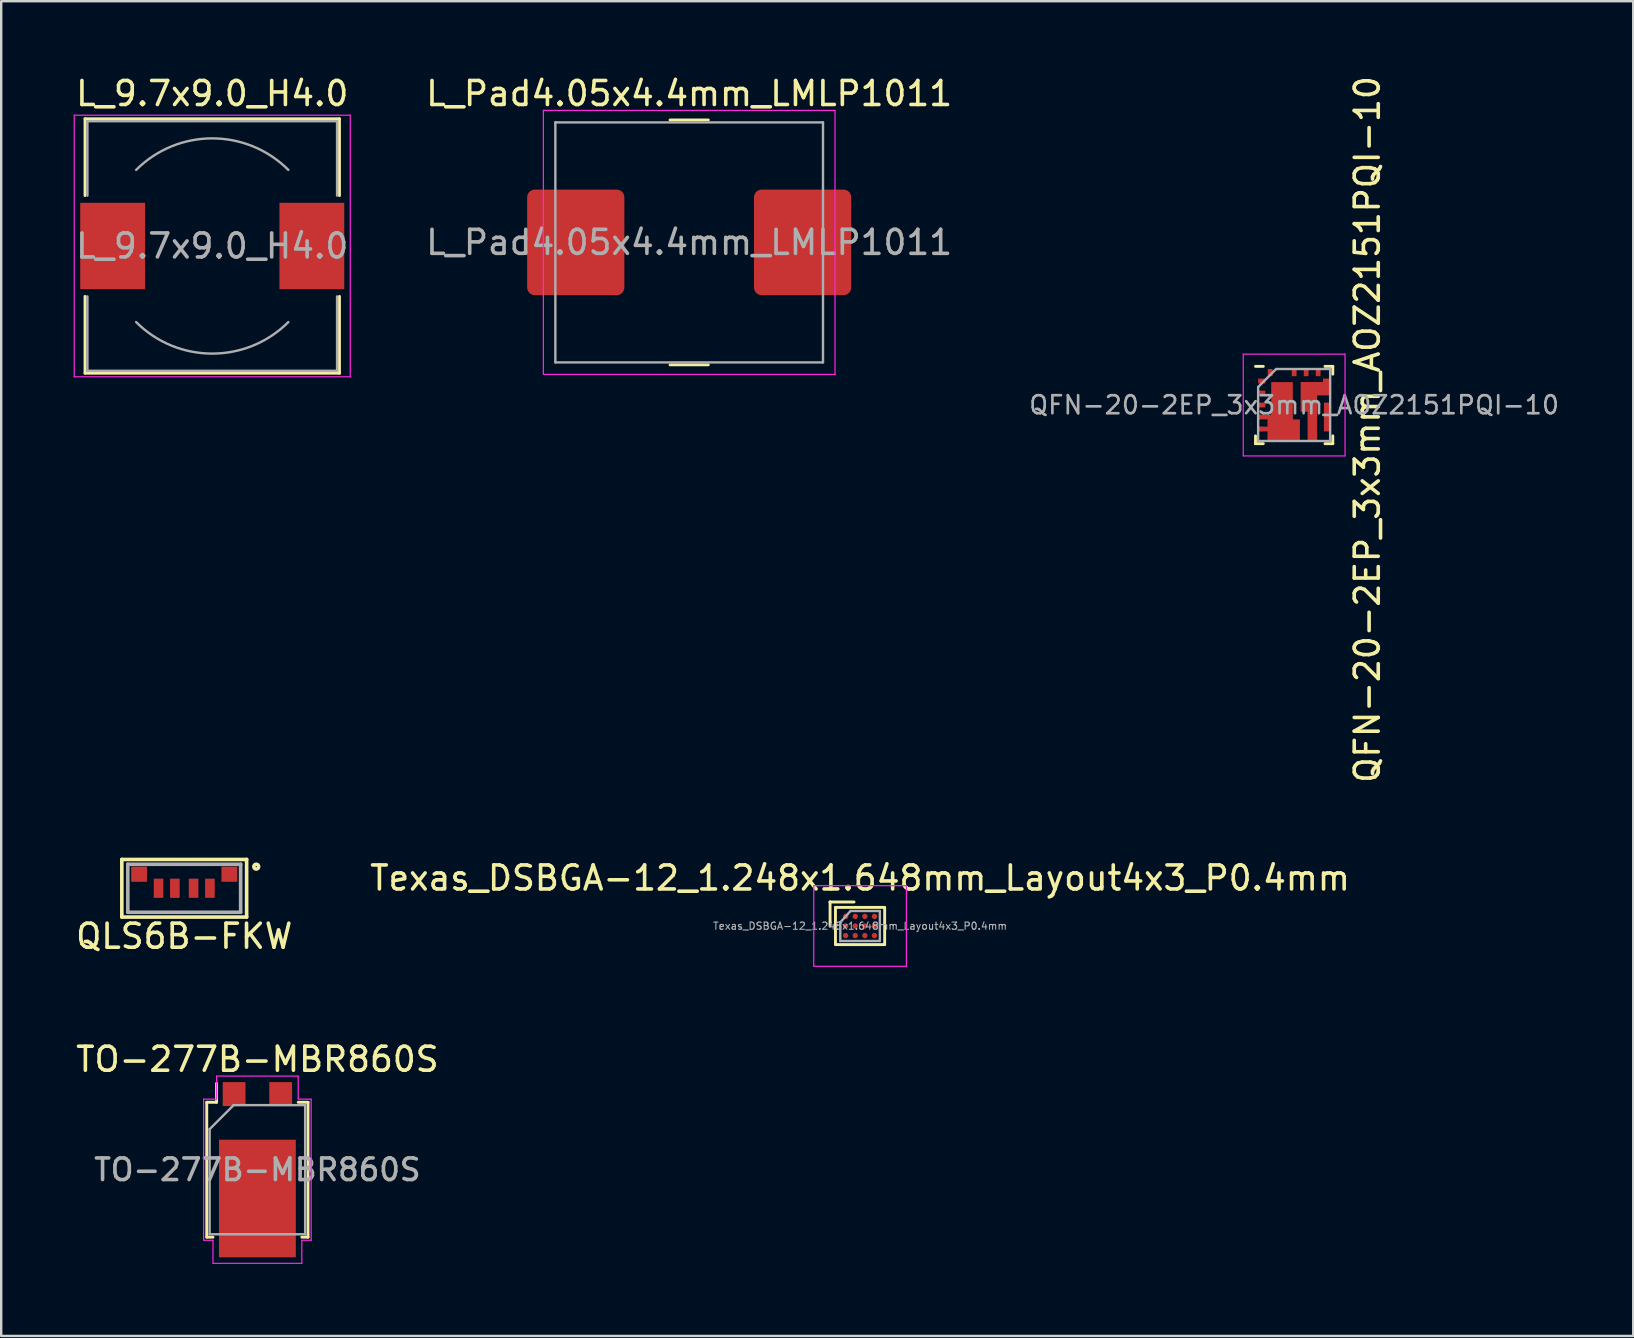
<source format=kicad_pcb>
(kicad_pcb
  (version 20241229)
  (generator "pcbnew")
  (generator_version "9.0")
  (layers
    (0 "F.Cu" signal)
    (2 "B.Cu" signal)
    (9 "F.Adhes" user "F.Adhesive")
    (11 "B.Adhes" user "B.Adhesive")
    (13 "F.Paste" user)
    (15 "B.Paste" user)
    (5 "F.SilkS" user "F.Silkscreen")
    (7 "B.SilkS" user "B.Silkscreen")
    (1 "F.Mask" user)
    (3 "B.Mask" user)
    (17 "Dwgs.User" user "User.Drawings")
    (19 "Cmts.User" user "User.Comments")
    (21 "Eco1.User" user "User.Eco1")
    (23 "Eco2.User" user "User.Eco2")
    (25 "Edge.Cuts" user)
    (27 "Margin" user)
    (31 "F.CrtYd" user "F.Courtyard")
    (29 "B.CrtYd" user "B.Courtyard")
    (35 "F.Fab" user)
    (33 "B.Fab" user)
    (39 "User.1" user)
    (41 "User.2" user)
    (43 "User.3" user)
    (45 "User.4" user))
  (footprint "QFN-20-2EP_3x3mm_AOZ2151PQI-10"
    (layer "F.Cu")
    (at 50.864 13.823)
    (property "Reference" "QFN-20-2EP_3x3mm_AOZ2151PQI-10" (at 3.048 1.016 90) (layer "F.SilkS") (effects (font (size 1 1) (thickness 0.15))))
    (attr smd)
    (fp_line (start -1.61 1.61) (end -1.61 1.285) (stroke (width 0.12) (type solid)) (layer "F.SilkS"))
    (fp_line (start -1.285 -1.61) (end -1.61 -1.61) (stroke (width 0.12) (type solid)) (layer "F.SilkS"))
    (fp_line (start -1.285 1.61) (end -1.61 1.61) (stroke (width 0.12) (type solid)) (layer "F.SilkS"))
    (fp_line (start 1.285 -1.61) (end 1.61 -1.61) (stroke (width 0.12) (type solid)) (layer "F.SilkS"))
    (fp_line (start 1.285 1.61) (end 1.61 1.61) (stroke (width 0.12) (type solid)) (layer "F.SilkS"))
    (fp_line (start 1.61 -1.61) (end 1.61 -1.285) (stroke (width 0.12) (type solid)) (layer "F.SilkS"))
    (fp_line (start 1.61 1.61) (end 1.61 1.285) (stroke (width 0.12) (type solid)) (layer "F.SilkS"))
    (fp_line (start -2.12 -2.12) (end -2.12 2.12) (stroke (width 0.05) (type solid)) (layer "F.CrtYd"))
    (fp_line (start -2.12 2.12) (end 2.12 2.12) (stroke (width 0.05) (type solid)) (layer "F.CrtYd"))
    (fp_line (start 2.12 -2.12) (end -2.12 -2.12) (stroke (width 0.05) (type solid)) (layer "F.CrtYd"))
    (fp_line (start 2.12 2.12) (end 2.12 -2.12) (stroke (width 0.05) (type solid)) (layer "F.CrtYd"))
    (fp_line (start -1.5 -0.75) (end -0.75 -1.5) (stroke (width 0.1) (type solid)) (layer "F.Fab"))
    (fp_line (start -1.5 1.5) (end -1.5 -0.75) (stroke (width 0.1) (type solid)) (layer "F.Fab"))
    (fp_line (start -0.75 -1.5) (end 1.5 -1.5) (stroke (width 0.1) (type solid)) (layer "F.Fab"))
    (fp_line (start 1.5 -1.5) (end 1.5 1.5) (stroke (width 0.1) (type solid)) (layer "F.Fab"))
    (fp_line (start 1.5 1.5) (end -1.5 1.5) (stroke (width 0.1) (type solid)) (layer "F.Fab"))
    (fp_text user "${REFERENCE}" (at 0 0 0) (layer "F.Fab") (effects (font (size 0.75 0.75) (thickness 0.11))))
    (pad "" smd circle (at -1.35 0.5) (size 0.2 0.2) (layers "F.Paste"))
    (pad "" smd roundrect (at -0.7 1.05) (size 0.4 0.6) (layers "F.Paste") (roundrect_rratio 0.25))
    (pad "" smd roundrect (at -0.5 -0.55) (size 0.6 0.6) (layers "F.Paste") (roundrect_rratio 0.25))
    (pad "" smd roundrect (at -0.5 0.2) (size 0.6 0.6) (layers "F.Paste") (roundrect_rratio 0.25))
    (pad "" smd roundrect (at -0.1 1.05) (size 0.4 0.6) (layers "F.Paste") (roundrect_rratio 0.25))
    (pad "" smd roundrect (at 0.6 -0.65) (size 0.4 0.4) (layers "F.Paste") (roundrect_rratio 0.25))
    (pad "" smd roundrect (at 0.6 -0.1) (size 0.4 0.4) (layers "F.Paste") (roundrect_rratio 0.25))
    (pad "" smd roundrect (at 0.75 1) (size 0.3 0.6) (layers "F.Paste") (roundrect_rratio 0.25))
    (pad "" smd roundrect (at 1.2 -0.65) (size 0.4 0.4) (layers "F.Paste") (roundrect_rratio 0.25))
    (pad "1" smd rect (at -1.35 -1) (size 0.3 0.2) (layers "F.Cu" "F.Mask" "F.Paste"))
    (pad "2" smd rect (at -1.35 -0.5) (size 0.3 0.2) (layers "F.Cu" "F.Mask" "F.Paste"))
    (pad "3" smd rect (at -1.35 0) (size 0.3 0.2) (layers "F.Cu" "F.Mask" "F.Paste"))
    (pad "4" smd custom (at -1.35 0.5) (size 0.3 0.2) (layers "F.Cu" "F.Mask") (options (anchor rect)) (primitives (gr_poly (pts (xy 0.24 -0.1) (xy 0.395 -0.1) (xy 0.395 -1.455) (xy 1.295 -1.455) (xy 1.295 0.1) (xy 1.59 0.1) (xy 1.59 1) (xy 0.24 1)) (width 0) (fill yes)) (gr_poly (pts (xy -0.15 -0.1) (xy 0.24 -0.1) (xy 0.24 0.1) (xy -0.15 0.1)) (width 0) (fill yes)) (gr_poly (pts (xy -0.15 0.4) (xy 0.24 0.4) (xy 0.24 0.6) (xy -0.15 0.6)) (width 0) (fill yes))))
    (pad "5" smd circle (at -1.35 1) (size 0.2 0.2) (layers "F.Cu" "F.Mask" "F.Paste"))
    (pad "6" smd circle (at -1 1.35) (size 0.2 0.2) (layers "F.Cu" "F.Mask"))
    (pad "7" smd circle (at -0.45 1.35) (size 0.2 0.2) (layers "F.Cu" "F.Mask"))
    (pad "8" smd circle (at 0.1 1.35) (size 0.2 0.2) (layers "F.Cu" "F.Mask"))
    (pad "9" smd custom (at 0.76 1.35) (size 0.4 0.3) (layers "F.Cu" "F.Mask") (options (anchor rect)) (primitives (gr_poly (pts (xy -0.2 0.15) (xy -0.2 -1.07) (xy -0.49 -1.07) (xy -0.49 -2.31) (xy 0.44 -2.31) (xy 0.44 -2.45) (xy 0.74 -2.45) (xy 0.74 -1.75) (xy 0.2 -1.75) (xy 0.2 0.15)) (width 0) (fill yes))))
    (pad "10" smd circle (at 1.37 0.98) (size 0.2 0.2) (layers "F.Cu" "F.Mask" "F.Paste"))
    (pad "11" smd rect (at 1.37 0.5) (size 0.26 1.2) (layers "F.Cu" "F.Mask" "F.Paste"))
    (pad "12" smd circle (at 1.37 0.02) (size 0.2 0.2) (layers "F.Cu" "F.Mask" "F.Paste"))
    (pad "13" smd circle (at 1.35 -0.55) (size 0.2 0.2) (layers "F.Cu" "F.Mask"))
    (pad "14" smd circle (at 1.35 -0.95) (size 0.2 0.2) (layers "F.Cu" "F.Mask"))
    (pad "15" smd rect (at 1 -1.35) (size 0.2 0.3) (layers "F.Cu" "F.Mask" "F.Paste"))
    (pad "16" smd rect (at 0.5 -1.35) (size 0.2 0.3) (layers "F.Cu" "F.Mask" "F.Paste"))
    (pad "17" smd rect (at 0 -1.35) (size 0.2 0.3) (layers "F.Cu" "F.Mask" "F.Paste"))
    (pad "18" smd rect (at -1 -1.35) (size 0.2 0.3) (layers "F.Cu" "F.Mask" "F.Paste")))
  (footprint "L_Pad4.05x4.4mm_LMLP1011"
    (layer "F.Cu")
    (at 25.661 7.048)
    (property "Reference" "L_Pad4.05x4.4mm_LMLP1011" (at 0 -6.2 0) (layer "F.SilkS") (effects (font (size 1 1) (thickness 0.15))))
    (attr smd)
    (fp_line (start -0.797 -5.1) (end 0.797 -5.1) (stroke (width 0.12) (type solid)) (layer "F.SilkS"))
    (fp_line (start -0.797 5.1) (end 0.797 5.1) (stroke (width 0.12) (type solid)) (layer "F.SilkS"))
    (fp_line (start -6.075 -5.5) (end 6.075 -5.5) (stroke (width 0.05) (type solid)) (layer "F.CrtYd"))
    (fp_line (start -6.075 5.5) (end -6.075 -5.5) (stroke (width 0.05) (type solid)) (layer "F.CrtYd"))
    (fp_line (start 6.075 -5.5) (end 6.075 5.5) (stroke (width 0.05) (type solid)) (layer "F.CrtYd"))
    (fp_line (start 6.075 5.5) (end -6.075 5.5) (stroke (width 0.05) (type solid)) (layer "F.CrtYd"))
    (fp_line (start -5.575 -5) (end 5.575 -5) (stroke (width 0.1) (type solid)) (layer "F.Fab"))
    (fp_line (start -5.575 5) (end -5.575 -5) (stroke (width 0.1) (type solid)) (layer "F.Fab"))
    (fp_line (start 5.575 -5) (end 5.575 5) (stroke (width 0.1) (type solid)) (layer "F.Fab"))
    (fp_line (start 5.575 5) (end -5.575 5) (stroke (width 0.1) (type solid)) (layer "F.Fab"))
    (fp_text user "${REFERENCE}" (at 0 0 0) (layer "F.Fab") (effects (font (size 1 1) (thickness 0.15))))
    (pad "1" smd roundrect (at -4.725 0) (size 4.05 4.4) (layers "F.Cu" "F.Mask" "F.Paste") (roundrect_rratio 0.078))
    (pad "2" smd roundrect (at 4.725 0) (size 4.05 4.4) (layers "F.Cu" "F.Mask" "F.Paste") (roundrect_rratio 0.078)))
  (footprint "Texas_DSBGA-12_1.248x1.648mm_Layout4x3_P0.4mm"
    (layer "F.Cu")
    (at 32.78 35.527)
    (property "Reference" "Texas_DSBGA-12_1.248x1.648mm_Layout4x3_P0.4mm" (at 0 -2 0) (layer "F.SilkS") (effects (font (size 1 1) (thickness 0.15))))
    (attr smd)
    (fp_line (start -1.25 -1) (end -1.25 -1) (stroke (width 0.12) (type solid)) (layer "F.SilkS"))
    (fp_line (start -1.25 -1) (end -0.25 -1) (stroke (width 0.12) (type solid)) (layer "F.SilkS"))
    (fp_line (start -1.25 0) (end -1.25 -1) (stroke (width 0.12) (type solid)) (layer "F.SilkS"))
    (fp_line (start -1.025 -0.775) (end -1.025 0.765) (stroke (width 0.12) (type solid)) (layer "F.SilkS"))
    (fp_line (start -1.025 -0.775) (end 1.025 -0.775) (stroke (width 0.12) (type solid)) (layer "F.SilkS"))
    (fp_line (start 1.025 -0.765) (end 1.025 0.775) (stroke (width 0.12) (type solid)) (layer "F.SilkS"))
    (fp_line (start 1.025 0.775) (end -1.025 0.775) (stroke (width 0.12) (type solid)) (layer "F.SilkS"))
    (fp_line (start -1.93 -1.68) (end -1.93 1.68) (stroke (width 0.05) (type solid)) (layer "F.CrtYd"))
    (fp_line (start -1.93 1.68) (end 1.93 1.68) (stroke (width 0.05) (type solid)) (layer "F.CrtYd"))
    (fp_line (start 1.93 -1.68) (end -1.93 -1.68) (stroke (width 0.05) (type solid)) (layer "F.CrtYd"))
    (fp_line (start 1.93 -1.68) (end 1.93 1.68) (stroke (width 0.05) (type solid)) (layer "F.CrtYd"))
    (fp_line (start -0.824 0.624) (end -0.824 -0.15) (stroke (width 0.1) (type solid)) (layer "F.Fab"))
    (fp_line (start -0.4 -0.624) (end -0.824 -0.15) (stroke (width 0.1) (type solid)) (layer "F.Fab"))
    (fp_line (start 0.824 -0.624) (end -0.4 -0.624) (stroke (width 0.1) (type solid)) (layer "F.Fab"))
    (fp_line (start 0.824 -0.624) (end 0.824 0.624) (stroke (width 0.1) (type solid)) (layer "F.Fab"))
    (fp_line (start 0.824 0.624) (end -0.824 0.624) (stroke (width 0.1) (type solid)) (layer "F.Fab"))
    (fp_text user "${REFERENCE}" (at 0 0 180) (layer "F.Fab") (effects (font (size 0.3 0.3) (thickness 0.045))))
    (pad "" smd rect (at -0.6 -0.4 90) (size 0.3 0.3) (layers "F.Paste"))
    (pad "" smd rect (at -0.6 0 90) (size 0.3 0.3) (layers "F.Paste"))
    (pad "" smd rect (at -0.6 0.4 90) (size 0.3 0.3) (layers "F.Paste"))
    (pad "" smd rect (at -0.2 -0.4 90) (size 0.3 0.3) (layers "F.Paste"))
    (pad "" smd rect (at -0.2 0 90) (size 0.3 0.3) (layers "F.Paste"))
    (pad "" smd rect (at -0.2 0.4 90) (size 0.3 0.3) (layers "F.Paste"))
    (pad "" smd rect (at 0.2 -0.4 90) (size 0.3 0.3) (layers "F.Paste"))
    (pad "" smd rect (at 0.2 0 90) (size 0.3 0.3) (layers "F.Paste"))
    (pad "" smd rect (at 0.2 0.4 90) (size 0.3 0.3) (layers "F.Paste"))
    (pad "" smd rect (at 0.6 -0.4 90) (size 0.3 0.3) (layers "F.Paste"))
    (pad "" smd rect (at 0.6 0 90) (size 0.3 0.3) (layers "F.Paste"))
    (pad "" smd rect (at 0.6 0.4 90) (size 0.3 0.3) (layers "F.Paste"))
    (pad "A1" smd circle (at -0.6 -0.4 90) (size 0.225 0.225) (layers "F.Cu" "F.Mask"))
    (pad "A2" smd circle (at -0.2 -0.4 90) (size 0.225 0.225) (layers "F.Cu" "F.Mask"))
    (pad "A3" smd circle (at 0.2 -0.4 90) (size 0.225 0.225) (layers "F.Cu" "F.Mask"))
    (pad "A4" smd circle (at 0.6 -0.4 90) (size 0.225 0.225) (layers "F.Cu" "F.Mask"))
    (pad "B1" smd circle (at -0.6 0 90) (size 0.225 0.225) (layers "F.Cu" "F.Mask"))
    (pad "B2" smd circle (at -0.2 0 90) (size 0.225 0.225) (layers "F.Cu" "F.Mask"))
    (pad "B3" smd circle (at 0.2 0 90) (size 0.225 0.225) (layers "F.Cu" "F.Mask"))
    (pad "B4" smd circle (at 0.6 0 90) (size 0.225 0.225) (layers "F.Cu" "F.Mask"))
    (pad "C1" smd circle (at -0.6 0.4 90) (size 0.225 0.225) (layers "F.Cu" "F.Mask"))
    (pad "C2" smd circle (at -0.2 0.4 90) (size 0.225 0.225) (layers "F.Cu" "F.Mask"))
    (pad "C3" smd circle (at 0.2 0.4 90) (size 0.225 0.225) (layers "F.Cu" "F.Mask"))
    (pad "C4" smd circle (at 0.6 0.4 90) (size 0.225 0.225) (layers "F.Cu" "F.Mask")))
  (footprint "QLS6B-FKW"
    (layer "F.Cu")
    (at 4.625 33.954)
    (property "Reference" "QLS6B-FKW" (at 0 2 0) (layer "F.SilkS") (effects (font (size 1 1) (thickness 0.15))))
    (attr smd)
    (fp_line (start -2.6 -1.2) (end 2.6 -1.2) (stroke (width 0.15) (type solid)) (layer "F.SilkS"))
    (fp_line (start -2.6 1.2) (end -2.6 -1.2) (stroke (width 0.15) (type solid)) (layer "F.SilkS"))
    (fp_line (start -2.6 1.2) (end 2.6 1.2) (stroke (width 0.15) (type solid)) (layer "F.SilkS"))
    (fp_line (start 2.6 1.2) (end 2.6 -1.2) (stroke (width 0.15) (type solid)) (layer "F.SilkS"))
    (fp_circle (center 3 -0.9) (end 3.1 -0.9) (stroke (width 0.15) (type solid)) (fill no) (layer "F.SilkS"))
    (fp_line (start -2.35 -1) (end 2.35 -1) (stroke (width 0.15) (type solid)) (layer "F.Fab"))
    (fp_line (start -2.35 1) (end -2.35 -1) (stroke (width 0.15) (type solid)) (layer "F.Fab"))
    (fp_line (start 2.35 -1) (end 2.35 1) (stroke (width 0.15) (type solid)) (layer "F.Fab"))
    (fp_line (start 2.35 1) (end -2.35 1) (stroke (width 0.15) (type solid)) (layer "F.Fab"))
    (pad "1" smd rect (at 1.88 -0.585) (size 0.66 0.63) (layers "F.Cu" "F.Mask" "F.Paste"))
    (pad "2" smd rect (at 1.07 0) (size 0.4 0.8) (layers "F.Cu" "F.Mask" "F.Paste"))
    (pad "3" smd rect (at 0.39 0) (size 0.4 0.8) (layers "F.Cu" "F.Mask" "F.Paste"))
    (pad "4" smd rect (at -0.39 0) (size 0.4 0.8) (layers "F.Cu" "F.Mask" "F.Paste"))
    (pad "5" smd rect (at -1.07 0) (size 0.4 0.8) (layers "F.Cu" "F.Mask" "F.Paste"))
    (pad "6" smd rect (at -1.88 -0.585) (size 0.66 0.63) (layers "F.Cu" "F.Mask" "F.Paste")))
  (footprint "L_9.7x9.0_H4.0"
    (layer "F.Cu")
    (at 5.792 7.198)
    (property "Reference" "L_9.7x9.0_H4.0" (at 0 -6.35 0) (layer "F.SilkS") (effects (font (size 1 1) (thickness 0.15))))
    (attr smd)
    (fp_line (start -5.3 -5.3) (end 5.3 -5.3) (stroke (width 0.12) (type solid)) (layer "F.SilkS"))
    (fp_line (start -5.3 -2.1) (end -5.3 -5.3) (stroke (width 0.12) (type solid)) (layer "F.SilkS"))
    (fp_line (start -5.3 5.3) (end -5.3 2.1) (stroke (width 0.12) (type solid)) (layer "F.SilkS"))
    (fp_line (start 5.3 -5.3) (end 5.3 -2.1) (stroke (width 0.12) (type solid)) (layer "F.SilkS"))
    (fp_line (start 5.3 2.1) (end 5.3 5.3) (stroke (width 0.12) (type solid)) (layer "F.SilkS"))
    (fp_line (start 5.3 5.3) (end -5.3 5.3) (stroke (width 0.12) (type solid)) (layer "F.SilkS"))
    (fp_line (start -5.75 -5.45) (end -5.75 5.45) (stroke (width 0.05) (type solid)) (layer "F.CrtYd"))
    (fp_line (start -5.75 5.45) (end 5.75 5.45) (stroke (width 0.05) (type solid)) (layer "F.CrtYd"))
    (fp_line (start 5.75 -5.45) (end -5.75 -5.45) (stroke (width 0.05) (type solid)) (layer "F.CrtYd"))
    (fp_line (start 5.75 5.45) (end 5.75 -5.45) (stroke (width 0.05) (type solid)) (layer "F.CrtYd"))
    (fp_line (start -5.2 -5.2) (end -5.2 -2.1) (stroke (width 0.1) (type solid)) (layer "F.Fab"))
    (fp_line (start -5.2 -5.2) (end 5.2 -5.2) (stroke (width 0.1) (type solid)) (layer "F.Fab"))
    (fp_line (start -5.2 5.2) (end -5.2 2.1) (stroke (width 0.1) (type solid)) (layer "F.Fab"))
    (fp_line (start -5.2 5.2) (end 5.2 5.2) (stroke (width 0.1) (type solid)) (layer "F.Fab"))
    (fp_line (start 5.2 -5.2) (end 5.2 -2.1) (stroke (width 0.1) (type solid)) (layer "F.Fab"))
    (fp_line (start 5.2 5.2) (end 5.2 2.1) (stroke (width 0.1) (type solid)) (layer "F.Fab"))
    (fp_arc (start -3.17 -3.17) (mid 0 -4.483057) (end 3.17 -3.17) (stroke (width 0.1) (type solid)) (layer "F.Fab"))
    (fp_arc (start 3.17 3.17) (mid 0 4.483057) (end -3.17 3.17) (stroke (width 0.1) (type solid)) (layer "F.Fab"))
    (fp_text user "${REFERENCE}" (at 0 0 0) (layer "F.Fab") (effects (font (size 1 1) (thickness 0.15))))
    (pad "1" smd rect (at -4.15 0) (size 2.7 3.6) (layers "F.Cu" "F.Mask" "F.Paste"))
    (pad "2" smd rect (at 4.15 0) (size 2.7 3.6) (layers "F.Cu" "F.Mask" "F.Paste")))
  (footprint "TO-277B-MBR860S"
    (layer "F.Cu")
    (at 7.673 45.68)
    (property "Reference" "TO-277B-MBR860S" (at 0 -4.6 180) (layer "F.SilkS") (effects (font (size 1 1) (thickness 0.15))))
    (attr smd)
    (fp_line (start -2.11 -2.81) (end -2.11 2.81) (stroke (width 0.12) (type solid)) (layer "F.SilkS"))
    (fp_line (start -1.85 2.81) (end -2.11 2.81) (stroke (width 0.12) (type solid)) (layer "F.SilkS"))
    (fp_line (start -1.7 -2.81) (end -2.11 -2.81) (stroke (width 0.12) (type solid)) (layer "F.SilkS"))
    (fp_line (start -1.7 -2.81) (end -1.7 -3.6) (stroke (width 0.12) (type solid)) (layer "F.SilkS"))
    (fp_line (start 2.11 -2.81) (end 1.7 -2.81) (stroke (width 0.12) (type solid)) (layer "F.SilkS"))
    (fp_line (start 2.11 2.81) (end 1.85 2.81) (stroke (width 0.12) (type solid)) (layer "F.SilkS"))
    (fp_line (start 2.11 2.81) (end 2.11 -2.81) (stroke (width 0.12) (type solid)) (layer "F.SilkS"))
    (fp_line (start -2.24 -2.94) (end -2.24 2.94) (stroke (width 0.05) (type solid)) (layer "F.CrtYd"))
    (fp_line (start -2.24 -2.94) (end -1.7 -2.94) (stroke (width 0.05) (type solid)) (layer "F.CrtYd"))
    (fp_line (start -2.24 2.94) (end -1.85 2.94) (stroke (width 0.05) (type solid)) (layer "F.CrtYd"))
    (fp_line (start -1.85 3.9) (end -1.85 2.94) (stroke (width 0.05) (type solid)) (layer "F.CrtYd"))
    (fp_line (start -1.7 -3.9) (end 1.7 -3.9) (stroke (width 0.05) (type solid)) (layer "F.CrtYd"))
    (fp_line (start -1.7 -2.94) (end -1.7 -3.9) (stroke (width 0.05) (type solid)) (layer "F.CrtYd"))
    (fp_line (start 1.7 -2.94) (end 1.7 -3.9) (stroke (width 0.05) (type solid)) (layer "F.CrtYd"))
    (fp_line (start 1.7 -2.94) (end 2.24 -2.94) (stroke (width 0.05) (type solid)) (layer "F.CrtYd"))
    (fp_line (start 1.85 2.94) (end 2.24 2.94) (stroke (width 0.05) (type solid)) (layer "F.CrtYd"))
    (fp_line (start 1.85 3.9) (end -1.85 3.9) (stroke (width 0.05) (type solid)) (layer "F.CrtYd"))
    (fp_line (start 1.85 3.9) (end 1.85 2.94) (stroke (width 0.05) (type solid)) (layer "F.CrtYd"))
    (fp_line (start 2.24 2.94) (end 2.24 -2.94) (stroke (width 0.05) (type solid)) (layer "F.CrtYd"))
    (fp_line (start -1.99 -1.69) (end -1.99 2.69) (stroke (width 0.1) (type solid)) (layer "F.Fab"))
    (fp_line (start -1.99 -1.69) (end -0.99 -2.69) (stroke (width 0.1) (type solid)) (layer "F.Fab"))
    (fp_line (start -1.99 2.69) (end 1.99 2.69) (stroke (width 0.1) (type solid)) (layer "F.Fab"))
    (fp_line (start 1.99 -2.69) (end -1 -2.69) (stroke (width 0.1) (type solid)) (layer "F.Fab"))
    (fp_line (start 1.99 2.69) (end 1.99 -2.69) (stroke (width 0.1) (type solid)) (layer "F.Fab"))
    (fp_text user "${REFERENCE}" (at 0 0 0) (layer "F.Fab") (effects (font (size 0.9 0.9) (thickness 0.15))))
    (pad "" smd rect (at -0.9 -0.6) (size 1.3 1.2) (layers "F.Paste"))
    (pad "" smd rect (at -0.9 1.2) (size 1.3 1.2) (layers "F.Paste"))
    (pad "" smd rect (at -0.9 3) (size 1.3 1.2) (layers "F.Paste"))
    (pad "" smd rect (at 0.9 -0.6) (size 1.3 1.2) (layers "F.Paste"))
    (pad "" smd rect (at 0.9 1.2) (size 1.3 1.2) (layers "F.Paste"))
    (pad "" smd rect (at 0.9 3) (size 1.3 1.2) (layers "F.Paste"))
    (pad "1" smd rect (at 0 1.2) (size 3.2 4.9) (layers "F.Cu" "F.Mask"))
    (pad "2" smd rect (at -0.97 -3.15) (size 0.95 1) (layers "F.Cu" "F.Mask" "F.Paste"))
    (pad "2" smd rect (at 0.97 -3.15) (size 0.95 1) (layers "F.Cu" "F.Mask" "F.Paste")))
  (gr_rect
    (start -3 -3)
    (end 64.99 52.605)
    (stroke (width 0.1) (type default))
    (fill no)
    (layer "Edge.Cuts")))
</source>
